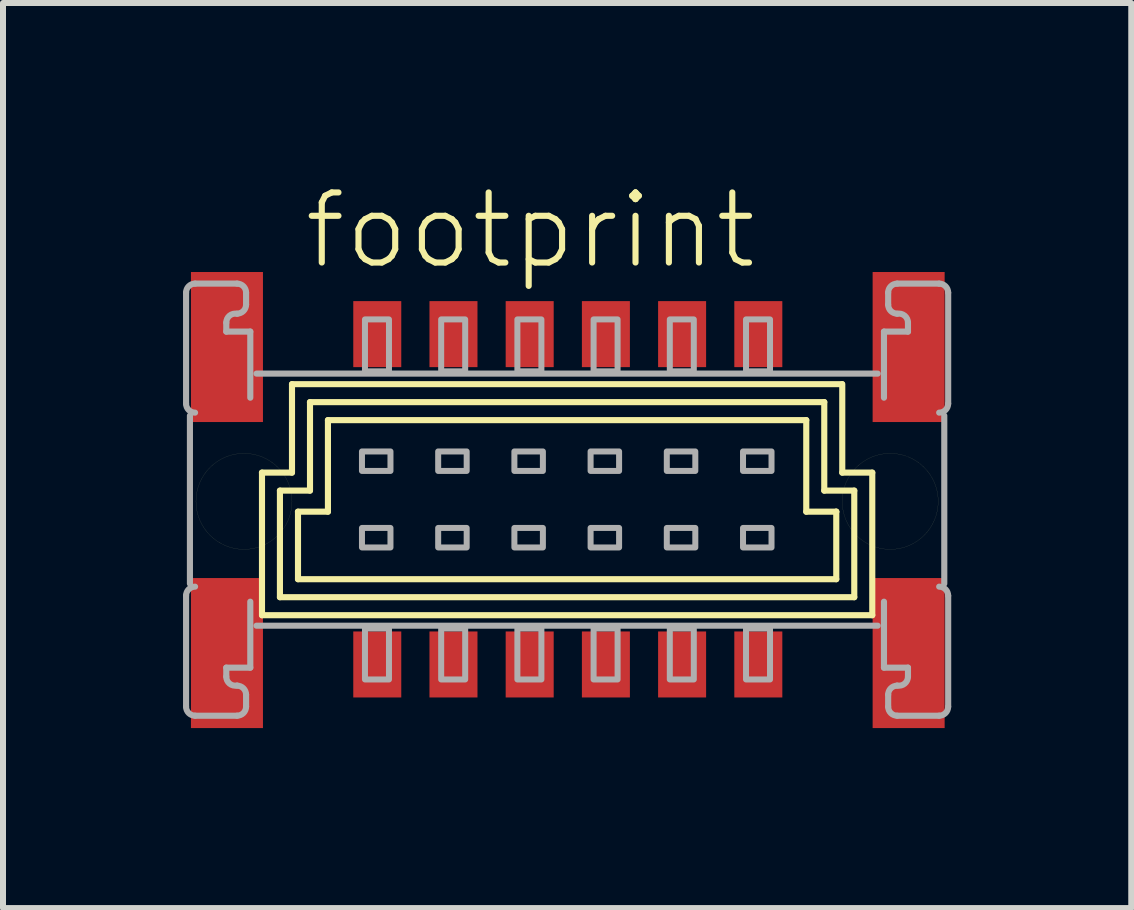
<source format=kicad_pcb>
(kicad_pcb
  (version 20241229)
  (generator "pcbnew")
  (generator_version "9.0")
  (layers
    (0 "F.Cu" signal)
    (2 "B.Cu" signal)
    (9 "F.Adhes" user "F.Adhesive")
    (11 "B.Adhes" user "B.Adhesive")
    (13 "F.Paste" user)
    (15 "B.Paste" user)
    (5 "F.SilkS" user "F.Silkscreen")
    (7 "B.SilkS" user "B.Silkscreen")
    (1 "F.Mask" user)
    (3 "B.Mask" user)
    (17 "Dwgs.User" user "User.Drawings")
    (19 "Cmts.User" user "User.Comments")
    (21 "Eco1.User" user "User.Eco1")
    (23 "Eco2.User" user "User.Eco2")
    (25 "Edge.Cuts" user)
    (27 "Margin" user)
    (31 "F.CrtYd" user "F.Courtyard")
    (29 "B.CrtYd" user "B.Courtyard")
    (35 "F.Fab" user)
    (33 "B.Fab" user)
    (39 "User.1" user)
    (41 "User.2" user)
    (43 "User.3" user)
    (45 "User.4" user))
  (footprint "footprint"
    (layer "F.Cu")
    (at 6.412 5.283)
    (property "Reference" "footprint" (at -4.445 -3.81 0) (layer "F.SilkS") (effects (font (size 1.168 1.168) (thickness 0.102)) (justify left bottom)))
    (fp_line (start -5.096 1.919) (end -5.096 -0.457) (stroke (width 0.102) (type solid)) (layer "F.SilkS"))
    (fp_line (start -4.797 1.619) (end -4.797 -0.157) (stroke (width 0.102) (type solid)) (layer "F.SilkS"))
    (fp_line (start -4.797 1.619) (end 4.774 1.619) (stroke (width 0.102) (type solid)) (layer "F.SilkS"))
    (fp_line (start -4.597 -0.457) (end -5.097 -0.457) (stroke (width 0.102) (type solid)) (layer "F.SilkS"))
    (fp_line (start -4.596 -0.457) (end -4.596 -1.931) (stroke (width 0.102) (type solid)) (layer "F.SilkS"))
    (fp_line (start -4.496 1.319) (end -4.496 0.194) (stroke (width 0.102) (type solid)) (layer "F.SilkS"))
    (fp_line (start -4.297 -0.157) (end -4.797 -0.157) (stroke (width 0.102) (type solid)) (layer "F.SilkS"))
    (fp_line (start -4.296 -0.157) (end -4.296 -1.631) (stroke (width 0.102) (type solid)) (layer "F.SilkS"))
    (fp_line (start -3.997 -1.332) (end -3.997 0.194) (stroke (width 0.102) (type solid)) (layer "F.SilkS"))
    (fp_line (start -3.997 0.194) (end -4.497 0.194) (stroke (width 0.102) (type solid)) (layer "F.SilkS"))
    (fp_line (start 3.974 0.194) (end 3.974 -1.331) (stroke (width 0.102) (type solid)) (layer "F.SilkS"))
    (fp_line (start 3.974 -1.332) (end -3.997 -1.332) (stroke (width 0.102) (type solid)) (layer "F.SilkS"))
    (fp_line (start 4.274 -1.632) (end -4.297 -1.632) (stroke (width 0.102) (type solid)) (layer "F.SilkS"))
    (fp_line (start 4.274 -0.157) (end 4.274 -1.632) (stroke (width 0.102) (type solid)) (layer "F.SilkS"))
    (fp_line (start 4.474 0.194) (end 3.974 0.194) (stroke (width 0.102) (type solid)) (layer "F.SilkS"))
    (fp_line (start 4.474 1.319) (end -4.496 1.319) (stroke (width 0.102) (type solid)) (layer "F.SilkS"))
    (fp_line (start 4.474 1.319) (end 4.474 0.194) (stroke (width 0.102) (type solid)) (layer "F.SilkS"))
    (fp_line (start 4.474 0.194) (end 4.474 0.194) (stroke (width 0.102) (type solid)) (layer "F.SilkS"))
    (fp_line (start 4.569 -1.931) (end -4.596 -1.931) (stroke (width 0.102) (type solid)) (layer "F.SilkS"))
    (fp_line (start 4.574 -0.457) (end 4.574 -1.932) (stroke (width 0.102) (type solid)) (layer "F.SilkS"))
    (fp_line (start 4.774 -0.157) (end 4.274 -0.157) (stroke (width 0.102) (type solid)) (layer "F.SilkS"))
    (fp_line (start 4.774 1.619) (end 4.774 -0.157) (stroke (width 0.102) (type solid)) (layer "F.SilkS"))
    (fp_line (start 5.074 1.919) (end -5.096 1.919) (stroke (width 0.102) (type solid)) (layer "F.SilkS"))
    (fp_line (start 5.074 1.919) (end 5.074 -0.457) (stroke (width 0.102) (type solid)) (layer "F.SilkS"))
    (fp_line (start 5.074 -0.457) (end 4.574 -0.457) (stroke (width 0.102) (type solid)) (layer "F.SilkS"))
    (fp_circle (center -5.396 0.022) (end -4.596 0.022) (stroke (width 0.001) (type solid)) (fill no) (layer "F.SilkS"))
    (fp_circle (center 5.373 0.022) (end 6.173 0.022) (stroke (width 0.001) (type solid)) (fill no) (layer "F.SilkS"))
    (fp_line (start -6.361 -1.607) (end -6.361 -3.457) (stroke (width 0.102) (type solid)) (layer "F.Fab"))
    (fp_line (start -6.361 1.593) (end -6.361 3.443) (stroke (width 0.102) (type solid)) (layer "F.Fab"))
    (fp_line (start -6.297 -1.407) (end -6.297 1.394) (stroke (width 0.102) (type solid)) (layer "F.Fab"))
    (fp_line (start -6.211 -3.607) (end -5.511 -3.607) (stroke (width 0.102) (type solid)) (layer "F.Fab"))
    (fp_line (start -6.211 3.594) (end -5.511 3.594) (stroke (width 0.102) (type solid)) (layer "F.Fab"))
    (fp_line (start -5.691 -2.957) (end -5.691 -2.807) (stroke (width 0.102) (type solid)) (layer "F.Fab"))
    (fp_line (start -5.691 2.943) (end -5.691 2.793) (stroke (width 0.102) (type solid)) (layer "F.Fab"))
    (fp_line (start -5.361 -3.457) (end -5.361 -3.256) (stroke (width 0.102) (type solid)) (layer "F.Fab"))
    (fp_line (start -5.361 3.443) (end -5.361 3.244) (stroke (width 0.102) (type solid)) (layer "F.Fab"))
    (fp_line (start -5.291 -2.807) (end -5.691 -2.807) (stroke (width 0.102) (type solid)) (layer "F.Fab"))
    (fp_line (start -5.291 -2.807) (end -5.291 -1.706) (stroke (width 0.102) (type solid)) (layer "F.Fab"))
    (fp_line (start -5.291 1.694) (end -5.291 2.793) (stroke (width 0.102) (type solid)) (layer "F.Fab"))
    (fp_line (start -5.291 2.793) (end -5.691 2.793) (stroke (width 0.102) (type solid)) (layer "F.Fab"))
    (fp_line (start -5.187 2.094) (end 5.164 2.094) (stroke (width 0.102) (type solid)) (layer "F.Fab"))
    (fp_line (start 5.164 -2.107) (end -5.187 -2.107) (stroke (width 0.102) (type solid)) (layer "F.Fab"))
    (fp_line (start 5.269 -2.807) (end 5.669 -2.807) (stroke (width 0.102) (type solid)) (layer "F.Fab"))
    (fp_line (start 5.269 -1.706) (end 5.269 -2.807) (stroke (width 0.102) (type solid)) (layer "F.Fab"))
    (fp_line (start 5.269 2.793) (end 5.269 1.694) (stroke (width 0.102) (type solid)) (layer "F.Fab"))
    (fp_line (start 5.269 2.793) (end 5.669 2.793) (stroke (width 0.102) (type solid)) (layer "F.Fab"))
    (fp_line (start 5.339 -3.457) (end 5.339 -3.256) (stroke (width 0.102) (type solid)) (layer "F.Fab"))
    (fp_line (start 5.339 3.443) (end 5.339 3.244) (stroke (width 0.102) (type solid)) (layer "F.Fab"))
    (fp_line (start 5.669 -2.957) (end 5.669 -2.807) (stroke (width 0.102) (type solid)) (layer "F.Fab"))
    (fp_line (start 5.669 2.943) (end 5.669 2.793) (stroke (width 0.102) (type solid)) (layer "F.Fab"))
    (fp_line (start 6.189 -3.607) (end 5.489 -3.607) (stroke (width 0.102) (type solid)) (layer "F.Fab"))
    (fp_line (start 6.189 3.594) (end 5.489 3.594) (stroke (width 0.102) (type solid)) (layer "F.Fab"))
    (fp_line (start 6.274 -1.407) (end 6.274 1.394) (stroke (width 0.102) (type solid)) (layer "F.Fab"))
    (fp_line (start 6.339 -1.607) (end 6.339 -3.457) (stroke (width 0.102) (type solid)) (layer "F.Fab"))
    (fp_line (start 6.339 1.593) (end 6.339 3.443) (stroke (width 0.102) (type solid)) (layer "F.Fab"))
    (fp_arc (start -6.3612 -3.4565) (mid -6.317266 -3.562566) (end -6.2112 -3.6065) (stroke (width 0.1016) (type solid)) (layer "F.Fab"))
    (fp_arc (start -6.3612 1.5935) (mid -6.317266 1.487434) (end -6.2112 1.4435) (stroke (width 0.1016) (type solid)) (layer "F.Fab"))
    (fp_arc (start -6.2112 -1.4565) (mid -6.317266 -1.500434) (end -6.3612 -1.6065) (stroke (width 0.1016) (type solid)) (layer "F.Fab"))
    (fp_arc (start -6.2112 3.5935) (mid -6.317266 3.549566) (end -6.3612 3.4435) (stroke (width 0.1016) (type solid)) (layer "F.Fab"))
    (fp_arc (start -5.6912 -2.9565) (mid -5.636426 -3.072646) (end -5.5118 -3.1036) (stroke (width 0.1016) (type solid)) (layer "F.Fab"))
    (fp_arc (start -5.5118 3.0906) (mid -5.636336 3.059535) (end -5.6912 2.9435) (stroke (width 0.1016) (type solid)) (layer "F.Fab"))
    (fp_arc (start -5.5113 -3.6065) (mid -5.405234 -3.562566) (end -5.3613 -3.4565) (stroke (width 0.1016) (type solid)) (layer "F.Fab"))
    (fp_arc (start -5.5113 3.0935) (mid -5.405234 3.137434) (end -5.3613 3.2435) (stroke (width 0.1016) (type solid)) (layer "F.Fab"))
    (fp_arc (start -5.3613 -3.2565) (mid -5.405234 -3.150434) (end -5.5113 -3.1065) (stroke (width 0.1016) (type solid)) (layer "F.Fab"))
    (fp_arc (start -5.3613 3.4435) (mid -5.405234 3.549566) (end -5.5113 3.5935) (stroke (width 0.1016) (type solid)) (layer "F.Fab"))
    (fp_arc (start 5.3388 -3.4565) (mid 5.382734 -3.562566) (end 5.4888 -3.6065) (stroke (width 0.1016) (type solid)) (layer "F.Fab"))
    (fp_arc (start 5.3388 3.2435) (mid 5.382734 3.137434) (end 5.4888 3.0935) (stroke (width 0.1016) (type solid)) (layer "F.Fab"))
    (fp_arc (start 5.4888 -3.1065) (mid 5.382734 -3.150434) (end 5.3388 -3.2565) (stroke (width 0.1016) (type solid)) (layer "F.Fab"))
    (fp_arc (start 5.4888 3.5935) (mid 5.382734 3.549566) (end 5.3388 3.4435) (stroke (width 0.1016) (type solid)) (layer "F.Fab"))
    (fp_arc (start 5.489298 -3.1036) (mid 5.613898 -3.072575) (end 5.6688 -2.9565) (stroke (width 0.1016) (type solid)) (layer "F.Fab"))
    (fp_arc (start 5.6688 2.943498) (mid 5.613899 3.059573) (end 5.4893 3.0906) (stroke (width 0.1016) (type solid)) (layer "F.Fab"))
    (fp_arc (start 6.1888 -3.6065) (mid 6.294866 -3.562566) (end 6.3388 -3.4565) (stroke (width 0.1016) (type solid)) (layer "F.Fab"))
    (fp_arc (start 6.1888 1.4435) (mid 6.294866 1.487434) (end 6.3388 1.5935) (stroke (width 0.1016) (type solid)) (layer "F.Fab"))
    (fp_arc (start 6.3388 -1.6065) (mid 6.294866 -1.500434) (end 6.1888 -1.4565) (stroke (width 0.1016) (type solid)) (layer "F.Fab"))
    (fp_arc (start 6.3388 3.4435) (mid 6.294866 3.549566) (end 6.1888 3.5935) (stroke (width 0.1016) (type solid)) (layer "F.Fab"))
    (fp_poly (pts (xy -2.98 -3.01) (xy -3.38 -3.01) (xy -3.38 -2.145) (xy -2.98 -2.145)) (stroke (width 0.1) (type solid)) (fill no) (layer "F.Fab"))
    (fp_poly (pts (xy -2.98 2.14) (xy -3.38 2.14) (xy -3.38 2.99) (xy -2.98 2.99)) (stroke (width 0.1) (type solid)) (fill no) (layer "F.Fab"))
    (fp_poly (pts (xy -2.955 -0.81) (xy -3.43 -0.81) (xy -3.43 -0.485) (xy -2.955 -0.485)) (stroke (width 0.1) (type solid)) (fill no) (layer "F.Fab"))
    (fp_poly (pts (xy -2.955 0.465) (xy -3.43 0.465) (xy -3.43 0.79) (xy -2.955 0.79)) (stroke (width 0.1) (type solid)) (fill no) (layer "F.Fab"))
    (fp_poly (pts (xy -1.71 -3.01) (xy -2.11 -3.01) (xy -2.11 -2.145) (xy -1.71 -2.145)) (stroke (width 0.1) (type solid)) (fill no) (layer "F.Fab"))
    (fp_poly (pts (xy -1.71 2.14) (xy -2.11 2.14) (xy -2.11 2.99) (xy -1.71 2.99)) (stroke (width 0.1) (type solid)) (fill no) (layer "F.Fab"))
    (fp_poly (pts (xy -1.685 -0.81) (xy -2.16 -0.81) (xy -2.16 -0.485) (xy -1.685 -0.485)) (stroke (width 0.1) (type solid)) (fill no) (layer "F.Fab"))
    (fp_poly (pts (xy -1.685 0.465) (xy -2.16 0.465) (xy -2.16 0.79) (xy -1.685 0.79)) (stroke (width 0.1) (type solid)) (fill no) (layer "F.Fab"))
    (fp_poly (pts (xy -0.44 -3.01) (xy -0.84 -3.01) (xy -0.84 -2.145) (xy -0.44 -2.145)) (stroke (width 0.1) (type solid)) (fill no) (layer "F.Fab"))
    (fp_poly (pts (xy -0.44 2.14) (xy -0.84 2.14) (xy -0.84 2.99) (xy -0.44 2.99)) (stroke (width 0.1) (type solid)) (fill no) (layer "F.Fab"))
    (fp_poly (pts (xy -0.415 -0.81) (xy -0.89 -0.81) (xy -0.89 -0.485) (xy -0.415 -0.485)) (stroke (width 0.1) (type solid)) (fill no) (layer "F.Fab"))
    (fp_poly (pts (xy -0.415 0.465) (xy -0.89 0.465) (xy -0.89 0.79) (xy -0.415 0.79)) (stroke (width 0.1) (type solid)) (fill no) (layer "F.Fab"))
    (fp_poly (pts (xy 0.83 -3.01) (xy 0.43 -3.01) (xy 0.43 -2.145) (xy 0.83 -2.145)) (stroke (width 0.1) (type solid)) (fill no) (layer "F.Fab"))
    (fp_poly (pts (xy 0.83 2.14) (xy 0.43 2.14) (xy 0.43 2.99) (xy 0.83 2.99)) (stroke (width 0.1) (type solid)) (fill no) (layer "F.Fab"))
    (fp_poly (pts (xy 0.855 -0.81) (xy 0.38 -0.81) (xy 0.38 -0.485) (xy 0.855 -0.485)) (stroke (width 0.1) (type solid)) (fill no) (layer "F.Fab"))
    (fp_poly (pts (xy 0.855 0.465) (xy 0.38 0.465) (xy 0.38 0.79) (xy 0.855 0.79)) (stroke (width 0.1) (type solid)) (fill no) (layer "F.Fab"))
    (fp_poly (pts (xy 2.1 -3.01) (xy 1.7 -3.01) (xy 1.7 -2.145) (xy 2.1 -2.145)) (stroke (width 0.1) (type solid)) (fill no) (layer "F.Fab"))
    (fp_poly (pts (xy 2.1 2.14) (xy 1.7 2.14) (xy 1.7 2.99) (xy 2.1 2.99)) (stroke (width 0.1) (type solid)) (fill no) (layer "F.Fab"))
    (fp_poly (pts (xy 2.125 -0.81) (xy 1.65 -0.81) (xy 1.65 -0.485) (xy 2.125 -0.485)) (stroke (width 0.1) (type solid)) (fill no) (layer "F.Fab"))
    (fp_poly (pts (xy 2.125 0.465) (xy 1.65 0.465) (xy 1.65 0.79) (xy 2.125 0.79)) (stroke (width 0.1) (type solid)) (fill no) (layer "F.Fab"))
    (fp_poly (pts (xy 3.37 -3.01) (xy 2.97 -3.01) (xy 2.97 -2.145) (xy 3.37 -2.145)) (stroke (width 0.1) (type solid)) (fill no) (layer "F.Fab"))
    (fp_poly (pts (xy 3.37 2.14) (xy 2.97 2.14) (xy 2.97 2.99) (xy 3.37 2.99)) (stroke (width 0.1) (type solid)) (fill no) (layer "F.Fab"))
    (fp_poly (pts (xy 3.395 -0.81) (xy 2.92 -0.81) (xy 2.92 -0.485) (xy 3.395 -0.485)) (stroke (width 0.1) (type solid)) (fill no) (layer "F.Fab"))
    (fp_poly (pts (xy 3.395 0.465) (xy 2.92 0.465) (xy 2.92 0.79) (xy 3.395 0.79)) (stroke (width 0.1) (type solid)) (fill no) (layer "F.Fab"))
    (pad "A1" smd rect (at -3.175 -2.765 180) (size 0.8 1.1) (layers "F.Cu" "F.Mask" "F.Paste"))
    (pad "A2" smd rect (at -1.905 -2.765 180) (size 0.8 1.1) (layers "F.Cu" "F.Mask" "F.Paste"))
    (pad "A3" smd rect (at -0.635 -2.765 180) (size 0.8 1.1) (layers "F.Cu" "F.Mask" "F.Paste"))
    (pad "A4" smd rect (at 0.635 -2.765 180) (size 0.8 1.1) (layers "F.Cu" "F.Mask" "F.Paste"))
    (pad "A5" smd rect (at 1.905 -2.765 180) (size 0.8 1.1) (layers "F.Cu" "F.Mask" "F.Paste"))
    (pad "A6" smd rect (at 3.175 -2.765 180) (size 0.8 1.1) (layers "F.Cu" "F.Mask" "F.Paste"))
    (pad "B1" smd rect (at -3.175 2.74 180) (size 0.8 1.1) (layers "F.Cu" "F.Mask" "F.Paste"))
    (pad "B2" smd rect (at -1.905 2.74 180) (size 0.8 1.1) (layers "F.Cu" "F.Mask" "F.Paste"))
    (pad "B3" smd rect (at -0.635 2.74 180) (size 0.8 1.1) (layers "F.Cu" "F.Mask" "F.Paste"))
    (pad "B4" smd rect (at 0.635 2.74 180) (size 0.8 1.1) (layers "F.Cu" "F.Mask" "F.Paste"))
    (pad "B5" smd rect (at 1.905 2.74 180) (size 0.8 1.1) (layers "F.Cu" "F.Mask" "F.Paste"))
    (pad "B6" smd rect (at 3.175 2.74 180) (size 0.8 1.1) (layers "F.Cu" "F.Mask" "F.Paste"))
    (pad "M1" smd rect (at -5.68 -2.55 180) (size 1.2 2.5) (layers "F.Cu" "F.Mask" "F.Paste"))
    (pad "M2" smd rect (at -5.68 2.55 180) (size 1.2 2.5) (layers "F.Cu" "F.Mask" "F.Paste"))
    (pad "M3" smd rect (at 5.68 2.55) (size 1.2 2.5) (layers "F.Cu" "F.Mask" "F.Paste"))
    (pad "M4" smd rect (at 5.68 -2.55) (size 1.2 2.5) (layers "F.Cu" "F.Mask" "F.Paste")))
  (gr_rect
    (start -3 -3)
    (end 15.802 12.083)
    (stroke (width 0.1) (type default))
    (fill no)
    (layer "Edge.Cuts")))
</source>
